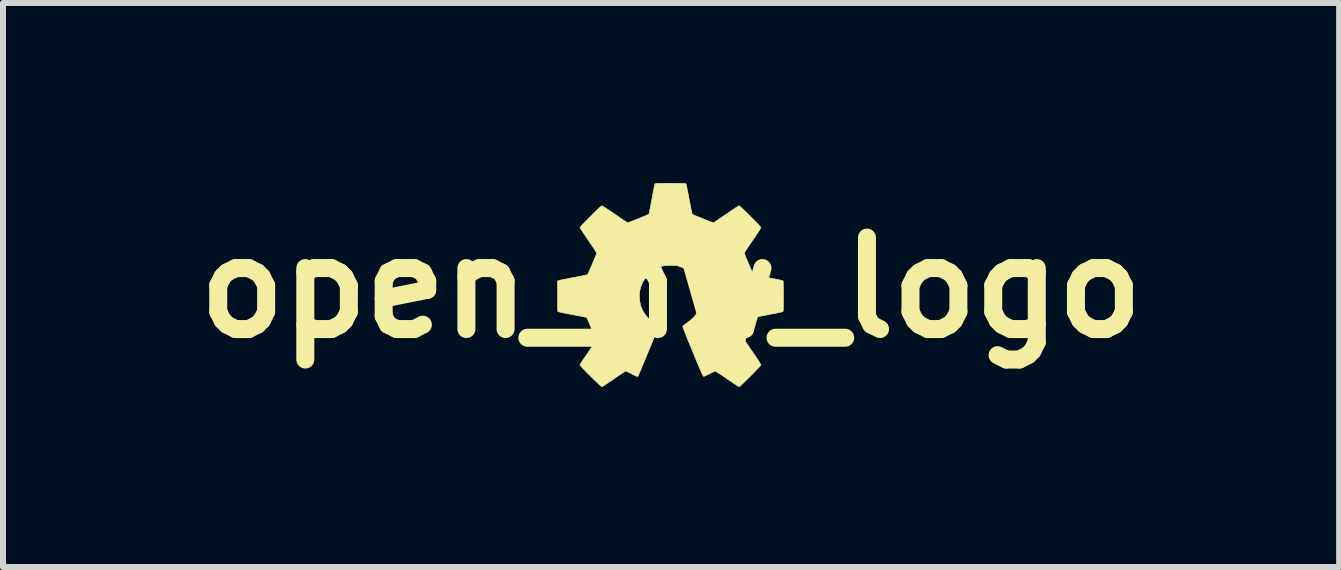
<source format=kicad_pcb>
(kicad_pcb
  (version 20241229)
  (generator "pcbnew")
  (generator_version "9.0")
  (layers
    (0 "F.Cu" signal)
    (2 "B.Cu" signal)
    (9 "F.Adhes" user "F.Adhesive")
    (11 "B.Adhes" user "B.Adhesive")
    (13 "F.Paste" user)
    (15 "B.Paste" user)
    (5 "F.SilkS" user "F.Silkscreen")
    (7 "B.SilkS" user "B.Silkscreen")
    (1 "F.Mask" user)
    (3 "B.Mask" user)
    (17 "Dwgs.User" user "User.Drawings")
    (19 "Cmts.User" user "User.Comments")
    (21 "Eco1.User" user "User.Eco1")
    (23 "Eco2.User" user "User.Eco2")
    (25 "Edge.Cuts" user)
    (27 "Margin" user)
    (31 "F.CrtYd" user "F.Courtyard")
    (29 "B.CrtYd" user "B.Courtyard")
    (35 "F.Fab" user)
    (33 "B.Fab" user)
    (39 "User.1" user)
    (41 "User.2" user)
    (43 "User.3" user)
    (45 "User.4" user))
  (footprint "open_hw_logo"
    (layer "F.Cu")
    (at 8.135 1.745)
    (property "Reference" "open_hw_logo" (at 0 0 0) (layer "F.SilkS") (effects (font (size 1.524 1.524) (thickness 0.3))))
    (attr through_hole)
    (fp_poly (pts (xy 0.045 -1.74) (xy 0.096 -1.739) (xy 0.142 -1.739) (xy 0.182 -1.738) (xy 0.213 -1.737) (xy 0.235 -1.736) (xy 0.245 -1.735) (xy 0.246 -1.735) (xy 0.25 -1.727) (xy 0.255 -1.708) (xy 0.262 -1.678) (xy 0.27 -1.638) (xy 0.28 -1.589) (xy 0.291 -1.532) (xy 0.301 -1.48) (xy 0.311 -1.426) (xy 0.321 -1.375) (xy 0.33 -1.329) (xy 0.338 -1.29) (xy 0.345 -1.259) (xy 0.35 -1.237) (xy 0.353 -1.226) (xy 0.353 -1.225) (xy 0.361 -1.221) (xy 0.379 -1.213) (xy 0.404 -1.201) (xy 0.436 -1.188) (xy 0.473 -1.173) (xy 0.512 -1.157) (xy 0.551 -1.141) (xy 0.59 -1.125) (xy 0.627 -1.111) (xy 0.658 -1.099) (xy 0.684 -1.089) (xy 0.701 -1.084) (xy 0.708 -1.082) (xy 0.708 -1.082) (xy 0.715 -1.086) (xy 0.731 -1.096) (xy 0.755 -1.113) (xy 0.786 -1.134) (xy 0.822 -1.159) (xy 0.864 -1.187) (xy 0.909 -1.217) (xy 0.919 -1.225) (xy 0.965 -1.256) (xy 1.007 -1.285) (xy 1.046 -1.31) (xy 1.079 -1.332) (xy 1.105 -1.349) (xy 1.124 -1.36) (xy 1.134 -1.365) (xy 1.135 -1.365) (xy 1.142 -1.361) (xy 1.157 -1.348) (xy 1.178 -1.329) (xy 1.204 -1.305) (xy 1.235 -1.275) (xy 1.268 -1.243) (xy 1.303 -1.208) (xy 1.338 -1.173) (xy 1.373 -1.138) (xy 1.405 -1.105) (xy 1.435 -1.074) (xy 1.46 -1.047) (xy 1.48 -1.025) (xy 1.493 -1.01) (xy 1.499 -1.002) (xy 1.499 -1.001) (xy 1.495 -0.994) (xy 1.485 -0.977) (xy 1.47 -0.952) (xy 1.449 -0.921) (xy 1.425 -0.884) (xy 1.397 -0.842) (xy 1.366 -0.798) (xy 1.365 -0.795) (xy 1.334 -0.75) (xy 1.305 -0.709) (xy 1.28 -0.671) (xy 1.258 -0.639) (xy 1.241 -0.613) (xy 1.23 -0.595) (xy 1.224 -0.587) (xy 1.224 -0.587) (xy 1.223 -0.581) (xy 1.225 -0.571) (xy 1.229 -0.556) (xy 1.236 -0.535) (xy 1.248 -0.506) (xy 1.263 -0.469) (xy 1.283 -0.422) (xy 1.293 -0.397) (xy 1.314 -0.35) (xy 1.332 -0.308) (xy 1.349 -0.272) (xy 1.363 -0.244) (xy 1.373 -0.225) (xy 1.379 -0.216) (xy 1.379 -0.215) (xy 1.388 -0.213) (xy 1.408 -0.208) (xy 1.437 -0.202) (xy 1.474 -0.194) (xy 1.518 -0.186) (xy 1.568 -0.176) (xy 1.621 -0.166) (xy 1.627 -0.165) (xy 1.687 -0.154) (xy 1.741 -0.143) (xy 1.787 -0.134) (xy 1.823 -0.126) (xy 1.849 -0.119) (xy 1.864 -0.115) (xy 1.868 -0.113) (xy 1.869 -0.105) (xy 1.87 -0.086) (xy 1.871 -0.057) (xy 1.872 -0.019) (xy 1.872 0.026) (xy 1.873 0.076) (xy 1.873 0.13) (xy 1.873 0.144) (xy 1.873 0.208) (xy 1.873 0.261) (xy 1.873 0.303) (xy 1.872 0.336) (xy 1.871 0.361) (xy 1.87 0.379) (xy 1.868 0.39) (xy 1.866 0.397) (xy 1.864 0.4) (xy 1.856 0.402) (xy 1.837 0.407) (xy 1.808 0.414) (xy 1.771 0.421) (xy 1.728 0.43) (xy 1.679 0.439) (xy 1.628 0.449) (xy 1.57 0.46) (xy 1.518 0.47) (xy 1.474 0.479) (xy 1.437 0.487) (xy 1.41 0.493) (xy 1.394 0.498) (xy 1.389 0.5) (xy 1.384 0.508) (xy 1.376 0.526) (xy 1.364 0.552) (xy 1.35 0.585) (xy 1.334 0.622) (xy 1.318 0.663) (xy 1.301 0.704) (xy 1.284 0.746) (xy 1.269 0.785) (xy 1.256 0.82) (xy 1.245 0.849) (xy 1.238 0.871) (xy 1.234 0.884) (xy 1.234 0.886) (xy 1.238 0.893) (xy 1.249 0.909) (xy 1.265 0.933) (xy 1.286 0.964) (xy 1.311 1.001) (xy 1.338 1.041) (xy 1.368 1.084) (xy 1.398 1.128) (xy 1.425 1.169) (xy 1.45 1.206) (xy 1.47 1.238) (xy 1.485 1.263) (xy 1.495 1.279) (xy 1.499 1.287) (xy 1.494 1.294) (xy 1.482 1.309) (xy 1.463 1.33) (xy 1.438 1.356) (xy 1.409 1.387) (xy 1.377 1.42) (xy 1.342 1.455) (xy 1.307 1.49) (xy 1.272 1.525) (xy 1.239 1.557) (xy 1.208 1.587) (xy 1.181 1.613) (xy 1.16 1.632) (xy 1.144 1.646) (xy 1.136 1.651) (xy 1.136 1.651) (xy 1.128 1.648) (xy 1.112 1.638) (xy 1.087 1.622) (xy 1.056 1.602) (xy 1.02 1.577) (xy 0.979 1.55) (xy 0.936 1.521) (xy 0.893 1.491) (xy 0.852 1.463) (xy 0.815 1.439) (xy 0.784 1.419) (xy 0.759 1.404) (xy 0.743 1.394) (xy 0.736 1.391) (xy 0.727 1.394) (xy 0.708 1.402) (xy 0.684 1.414) (xy 0.655 1.428) (xy 0.641 1.436) (xy 0.61 1.452) (xy 0.582 1.465) (xy 0.56 1.474) (xy 0.547 1.478) (xy 0.545 1.478) (xy 0.541 1.477) (xy 0.537 1.472) (xy 0.532 1.463) (xy 0.524 1.449) (xy 0.515 1.43) (xy 0.504 1.405) (xy 0.49 1.373) (xy 0.472 1.333) (xy 0.452 1.284) (xy 0.428 1.226) (xy 0.399 1.158) (xy 0.367 1.079) (xy 0.361 1.065) (xy 0.333 0.997) (xy 0.306 0.932) (xy 0.281 0.871) (xy 0.259 0.815) (xy 0.239 0.765) (xy 0.223 0.723) (xy 0.209 0.689) (xy 0.2 0.664) (xy 0.195 0.649) (xy 0.195 0.645) (xy 0.201 0.637) (xy 0.216 0.625) (xy 0.236 0.609) (xy 0.256 0.594) (xy 0.309 0.556) (xy 0.352 0.519) (xy 0.388 0.482) (xy 0.418 0.442) (xy 0.445 0.398) (xy 0.458 0.372) (xy 0.488 0.299) (xy 0.506 0.224) (xy 0.512 0.147) (xy 0.507 0.071) (xy 0.49 -0.004) (xy 0.462 -0.076) (xy 0.423 -0.144) (xy 0.373 -0.207) (xy 0.369 -0.211) (xy 0.31 -0.265) (xy 0.243 -0.31) (xy 0.169 -0.344) (xy 0.133 -0.357) (xy 0.112 -0.363) (xy 0.093 -0.367) (xy 0.071 -0.369) (xy 0.044 -0.371) (xy 0.009 -0.371) (xy -0.01 -0.371) (xy -0.049 -0.371) (xy -0.079 -0.37) (xy -0.103 -0.368) (xy -0.123 -0.365) (xy -0.143 -0.359) (xy -0.152 -0.357) (xy -0.23 -0.326) (xy -0.3 -0.285) (xy -0.363 -0.235) (xy -0.417 -0.176) (xy -0.461 -0.109) (xy -0.474 -0.086) (xy -0.499 -0.027) (xy -0.516 0.028) (xy -0.525 0.085) (xy -0.528 0.146) (xy -0.522 0.227) (xy -0.504 0.305) (xy -0.474 0.378) (xy -0.433 0.446) (xy -0.383 0.506) (xy -0.36 0.527) (xy -0.33 0.552) (xy -0.298 0.577) (xy -0.266 0.6) (xy -0.24 0.618) (xy -0.236 0.62) (xy -0.222 0.631) (xy -0.213 0.643) (xy -0.212 0.644) (xy -0.214 0.653) (xy -0.221 0.672) (xy -0.232 0.702) (xy -0.247 0.742) (xy -0.266 0.79) (xy -0.289 0.847) (xy -0.315 0.913) (xy -0.345 0.985) (xy -0.374 1.056) (xy -0.402 1.123) (xy -0.429 1.188) (xy -0.454 1.248) (xy -0.477 1.303) (xy -0.497 1.351) (xy -0.515 1.393) (xy -0.529 1.426) (xy -0.539 1.45) (xy -0.545 1.464) (xy -0.546 1.467) (xy -0.556 1.477) (xy -0.565 1.48) (xy -0.575 1.477) (xy -0.593 1.469) (xy -0.618 1.457) (xy -0.647 1.442) (xy -0.661 1.434) (xy -0.698 1.415) (xy -0.727 1.401) (xy -0.748 1.394) (xy -0.758 1.392) (xy -0.767 1.396) (xy -0.785 1.407) (xy -0.809 1.423) (xy -0.84 1.443) (xy -0.874 1.466) (xy -0.895 1.48) (xy -0.954 1.521) (xy -1.003 1.555) (xy -1.044 1.582) (xy -1.076 1.604) (xy -1.102 1.621) (xy -1.121 1.634) (xy -1.136 1.643) (xy -1.145 1.648) (xy -1.152 1.651) (xy -1.155 1.651) (xy -1.161 1.647) (xy -1.176 1.634) (xy -1.197 1.615) (xy -1.224 1.589) (xy -1.256 1.558) (xy -1.292 1.524) (xy -1.33 1.486) (xy -1.338 1.478) (xy -1.377 1.439) (xy -1.413 1.403) (xy -1.445 1.37) (xy -1.472 1.342) (xy -1.493 1.319) (xy -1.508 1.303) (xy -1.515 1.295) (xy -1.515 1.294) (xy -1.516 1.29) (xy -1.516 1.287) (xy -1.515 1.282) (xy -1.512 1.275) (xy -1.507 1.264) (xy -1.498 1.25) (xy -1.485 1.23) (xy -1.468 1.204) (xy -1.445 1.171) (xy -1.416 1.13) (xy -1.381 1.079) (xy -1.378 1.074) (xy -1.349 1.031) (xy -1.322 0.99) (xy -1.298 0.955) (xy -1.278 0.924) (xy -1.263 0.901) (xy -1.254 0.885) (xy -1.251 0.879) (xy -1.253 0.871) (xy -1.26 0.853) (xy -1.27 0.826) (xy -1.283 0.792) (xy -1.299 0.752) (xy -1.316 0.707) (xy -1.325 0.685) (xy -1.347 0.63) (xy -1.365 0.586) (xy -1.38 0.552) (xy -1.391 0.527) (xy -1.4 0.51) (xy -1.407 0.499) (xy -1.412 0.495) (xy -1.421 0.493) (xy -1.442 0.488) (xy -1.471 0.482) (xy -1.509 0.475) (xy -1.553 0.466) (xy -1.602 0.457) (xy -1.65 0.448) (xy -1.702 0.438) (xy -1.751 0.429) (xy -1.794 0.42) (xy -1.83 0.413) (xy -1.858 0.406) (xy -1.876 0.402) (xy -1.884 0.399) (xy -1.886 0.395) (xy -1.888 0.387) (xy -1.889 0.373) (xy -1.89 0.352) (xy -1.891 0.323) (xy -1.892 0.286) (xy -1.892 0.238) (xy -1.892 0.18) (xy -1.892 0.142) (xy -1.892 -0.108) (xy -1.878 -0.116) (xy -1.869 -0.12) (xy -1.848 -0.125) (xy -1.818 -0.131) (xy -1.78 -0.139) (xy -1.736 -0.148) (xy -1.686 -0.158) (xy -1.633 -0.168) (xy -1.632 -0.168) (xy -1.579 -0.178) (xy -1.53 -0.187) (xy -1.486 -0.196) (xy -1.449 -0.204) (xy -1.42 -0.21) (xy -1.401 -0.215) (xy -1.392 -0.218) (xy -1.392 -0.218) (xy -1.388 -0.226) (xy -1.379 -0.244) (xy -1.367 -0.27) (xy -1.353 -0.302) (xy -1.336 -0.338) (xy -1.319 -0.378) (xy -1.302 -0.418) (xy -1.285 -0.457) (xy -1.27 -0.494) (xy -1.257 -0.526) (xy -1.247 -0.551) (xy -1.24 -0.569) (xy -1.238 -0.576) (xy -1.242 -0.583) (xy -1.252 -0.6) (xy -1.267 -0.624) (xy -1.288 -0.656) (xy -1.312 -0.692) (xy -1.34 -0.734) (xy -1.371 -0.778) (xy -1.376 -0.786) (xy -1.406 -0.831) (xy -1.435 -0.873) (xy -1.461 -0.911) (xy -1.482 -0.944) (xy -1.499 -0.97) (xy -1.511 -0.988) (xy -1.516 -0.997) (xy -1.516 -0.998) (xy -1.515 -1.003) (xy -1.51 -1.012) (xy -1.5 -1.025) (xy -1.484 -1.043) (xy -1.462 -1.066) (xy -1.433 -1.096) (xy -1.396 -1.134) (xy -1.351 -1.179) (xy -1.342 -1.188) (xy -1.297 -1.233) (xy -1.257 -1.272) (xy -1.223 -1.305) (xy -1.194 -1.332) (xy -1.173 -1.351) (xy -1.159 -1.362) (xy -1.154 -1.365) (xy -1.146 -1.362) (xy -1.129 -1.352) (xy -1.104 -1.336) (xy -1.072 -1.316) (xy -1.035 -1.291) (xy -0.993 -1.263) (xy -0.949 -1.233) (xy -0.944 -1.23) (xy -0.899 -1.199) (xy -0.857 -1.17) (xy -0.819 -1.144) (xy -0.786 -1.122) (xy -0.76 -1.105) (xy -0.742 -1.093) (xy -0.733 -1.087) (xy -0.732 -1.087) (xy -0.727 -1.085) (xy -0.719 -1.085) (xy -0.706 -1.088) (xy -0.689 -1.094) (xy -0.665 -1.102) (xy -0.632 -1.115) (xy -0.59 -1.132) (xy -0.561 -1.144) (xy -0.508 -1.165) (xy -0.467 -1.182) (xy -0.434 -1.196) (xy -0.41 -1.206) (xy -0.392 -1.215) (xy -0.38 -1.221) (xy -0.373 -1.226) (xy -0.369 -1.23) (xy -0.366 -1.235) (xy -0.365 -1.238) (xy -0.363 -1.247) (xy -0.359 -1.267) (xy -0.353 -1.296) (xy -0.346 -1.334) (xy -0.338 -1.378) (xy -0.328 -1.427) (xy -0.318 -1.481) (xy -0.317 -1.486) (xy -0.307 -1.539) (xy -0.298 -1.589) (xy -0.289 -1.634) (xy -0.281 -1.671) (xy -0.274 -1.701) (xy -0.269 -1.721) (xy -0.266 -1.731) (xy -0.266 -1.731) (xy -0.262 -1.733) (xy -0.254 -1.735) (xy -0.241 -1.737) (xy -0.222 -1.738) (xy -0.195 -1.739) (xy -0.16 -1.739) (xy -0.114 -1.74) (xy -0.058 -1.74) (xy -0.01 -1.74) (xy 0.045 -1.74)) (stroke (width 0.01) (type solid)) (fill yes) (layer "F.SilkS")))
  (gr_rect
    (start -3 -3)
    (end 19.271 6.401)
    (stroke (width 0.1) (type default))
    (fill no)
    (layer "Edge.Cuts")))
</source>
